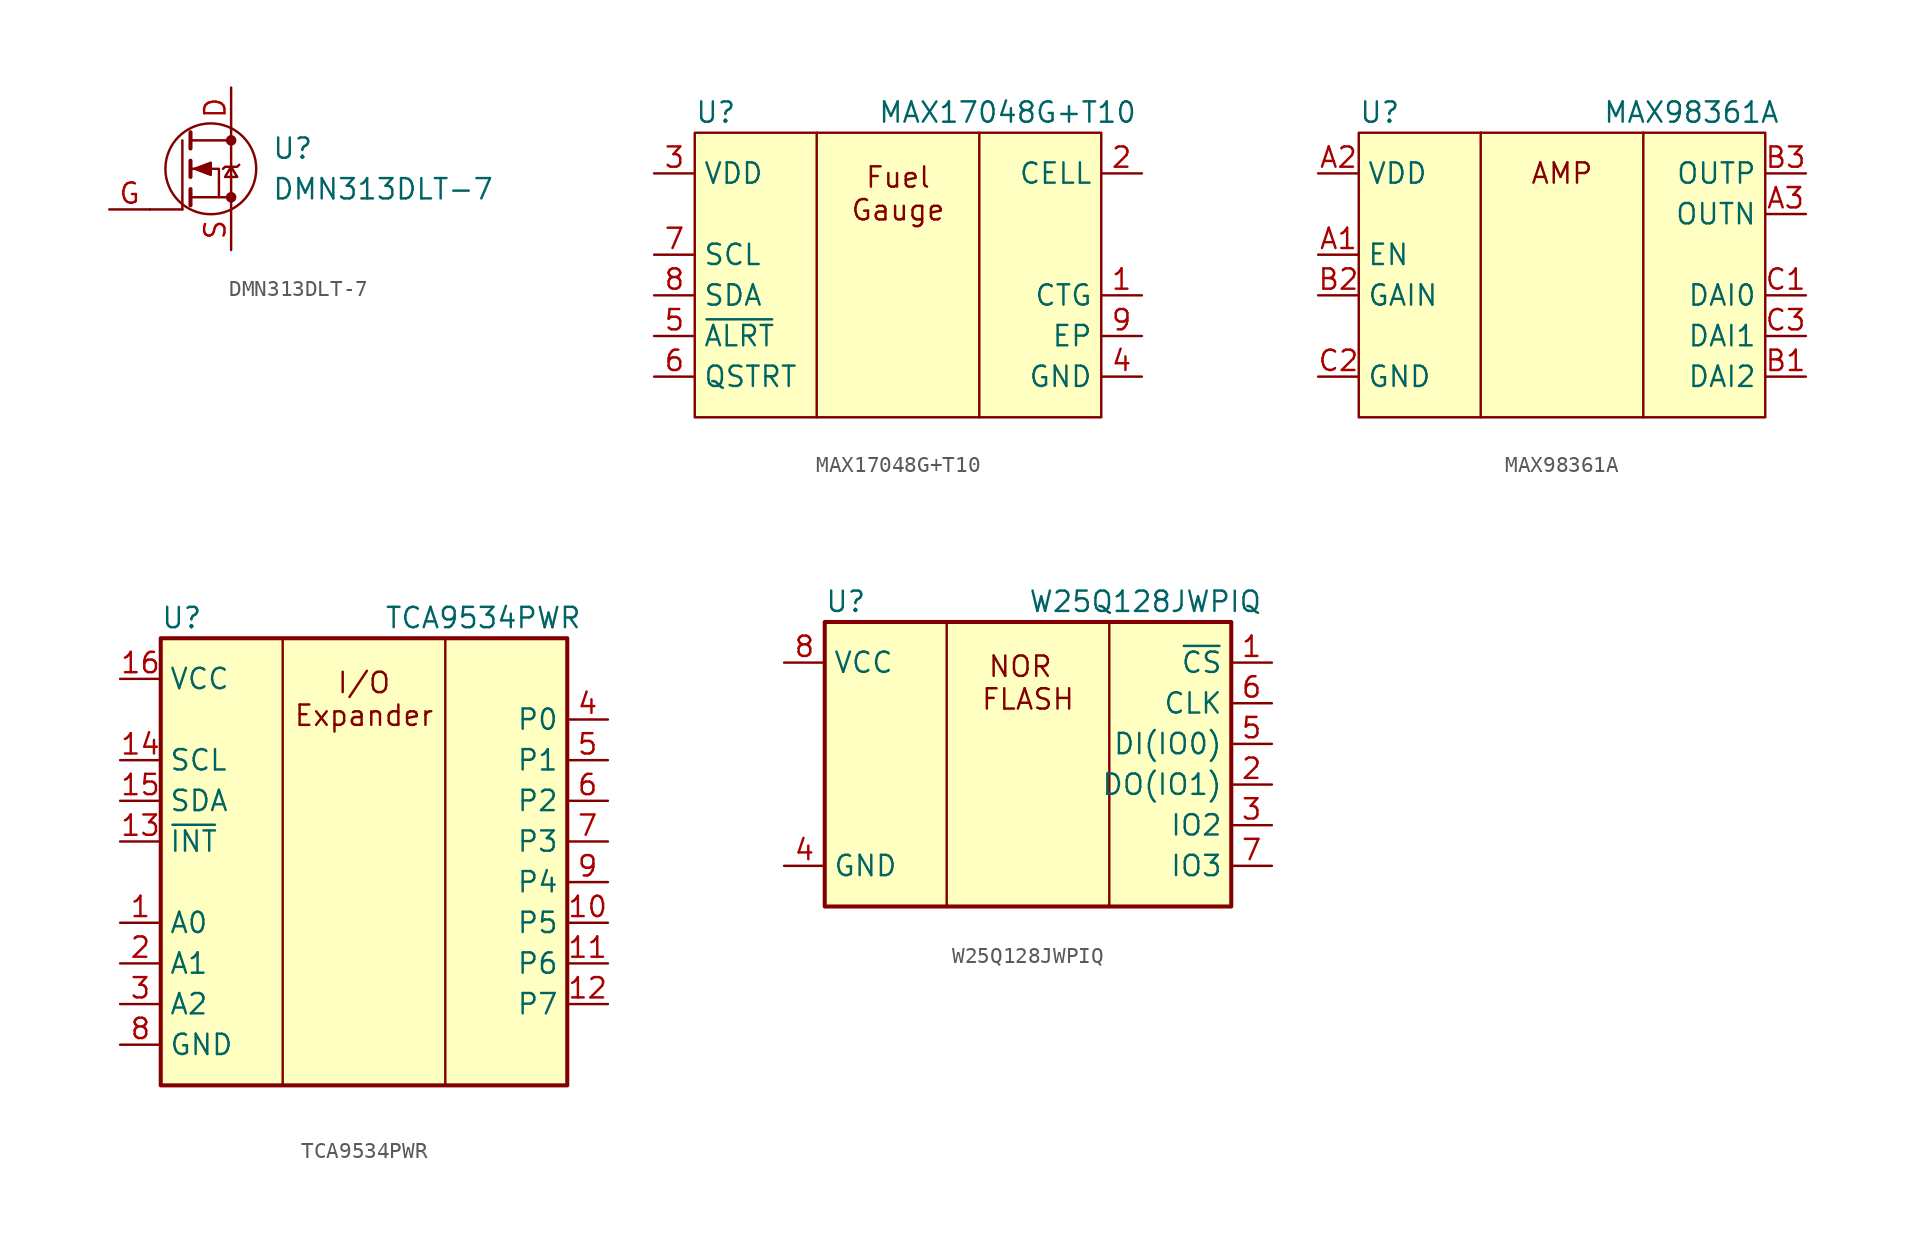
<source format=kicad_sym>
(kicad_symbol_lib
  (version 20231120)
  (generator "kicad_symbol_editor")
  (generator_version "8.0")
  (symbol "DMN313DLT-7"
    (property "Reference" "U"
      (at 3.81 1.27 0)
      (do_not_autoplace)
      (effects (font (size 1.27 1.27)) (justify left)))
    (property "Value" "DMN313DLT-7"
      (at 3.81 -1.27 0)
      (do_not_autoplace)
      (effects (font (size 1.27 1.27)) (justify left)))
    (symbol "DMN313DLT-7_0_1"
      (polyline (pts (xy -1.778 -2.54) (xy -3.81 -2.54)) (stroke (width 0) (type default)) (fill (type none)))
      (polyline (pts (xy -1.778 1.778) (xy -1.778 -2.54)) (stroke (width 0) (type default)) (fill (type none)))
      (polyline (pts (xy -1.27 -1.27) (xy -1.27 -2.286)) (stroke (width 0.254) (type default)) (fill (type none)))
      (polyline (pts (xy -1.27 0.508) (xy -1.27 -0.508)) (stroke (width 0.254) (type default)) (fill (type none)))
      (polyline (pts (xy -1.27 2.286) (xy -1.27 1.27)) (stroke (width 0.254) (type default)) (fill (type none)))
      (polyline (pts (xy 1.27 -1.778) (xy 1.27 -2.54)) (stroke (width 0) (type default)) (fill (type none)))
      (polyline (pts (xy 1.27 2.54) (xy 1.27 1.778)) (stroke (width 0) (type default)) (fill (type none)))
      (polyline (pts (xy 0.508 -1.778) (xy 0.508 0) (xy -1.27 0)) (stroke (width 0) (type default)) (fill (type none)))
      (polyline (pts (xy -1.27 1.778) (xy 1.27 1.778) (xy 1.27 -1.778) (xy -1.27 -1.778)) (stroke (width 0) (type default)) (fill (type none)))
      (polyline (pts (xy -1.016 0) (xy 0 -0.381) (xy 0 0.381) (xy -1.016 0)) (stroke (width 0) (type default)) (fill (type outline)))
      (polyline (pts (xy 1.27 0.127) (xy 1.651 -0.508) (xy 0.889 -0.508) (xy 1.27 0.127)) (stroke (width 0) (type default)) (fill (type none)))
      (polyline (pts (xy 1.778 0.254) (xy 1.651 0.127) (xy 0.889 0.127) (xy 0.762 0)) (stroke (width 0) (type default)) (fill (type none)))
      (circle (center 0 0) (radius 2.84) (stroke (width 0) (type default)) (fill (type none)))
      (circle (center 1.27 -1.778) (radius 0.254) (stroke (width 0) (type default)) (fill (type outline)))
      (circle (center 1.27 1.778) (radius 0.254) (stroke (width 0) (type default)) (fill (type outline))))
    (symbol "DMN313DLT-7_1_1"
      (pin unspecified line (at 1.27 5.08 270) (length 2.54) (name "" (effects (font (size 1.27 1.27)))) (number "D" (effects (font (size 1.27 1.27)))))
      (pin unspecified line (at -6.35 -2.54 0) (length 2.54) (name "" (effects (font (size 1.27 1.27)))) (number "G" (effects (font (size 1.27 1.27)))))
      (pin unspecified line (at 1.27 -5.08 90) (length 2.54) (name "" (effects (font (size 1.27 1.27)))) (number "S" (effects (font (size 1.27 1.27)))))))
  (symbol "MAX17048G+T10"
    (property "Reference" "U"
      (at 0 1.27 0)
      (do_not_autoplace)
      (effects (font (size 1.27 1.27)) (justify left)))
    (property "Value" "MAX17048G+T10"
      (at 11.43 1.27 0)
      (do_not_autoplace)
      (effects (font (size 1.27 1.27)) (justify left)))
    (symbol "MAX17048G+T10_1_1"
      (polyline (pts (xy 7.62 -17.78) (xy 7.62 0)) (stroke (width 0) (type default)) (fill (type none)))
      (polyline (pts (xy 17.78 0) (xy 17.78 -17.78)) (stroke (width 0) (type default)) (fill (type none)))
      (rectangle (start 0 0) (end 25.4 -17.78) (stroke (width 0) (type default)) (fill (type background)))
      (text "Fuel\nGauge" (at 12.7 -3.81 0) (effects (font (size 1.27 1.27))))
      (pin unspecified line (at 27.94 -10.16 180) (length 2.54) (name "CTG" (effects (font (size 1.27 1.27)))) (number "1" (effects (font (size 1.27 1.27)))))
      (pin unspecified line (at 27.94 -2.54 180) (length 2.54) (name "CELL" (effects (font (size 1.27 1.27)))) (number "2" (effects (font (size 1.27 1.27)))))
      (pin unspecified line (at -2.54 -2.54 0) (length 2.54) (name "VDD" (effects (font (size 1.27 1.27)))) (number "3" (effects (font (size 1.27 1.27)))))
      (pin unspecified line (at 27.94 -15.24 180) (length 2.54) (name "GND" (effects (font (size 1.27 1.27)))) (number "4" (effects (font (size 1.27 1.27)))))
      (pin unspecified line (at -2.54 -12.7 0) (length 2.54) (name "~{ALRT}" (effects (font (size 1.27 1.27)))) (number "5" (effects (font (size 1.27 1.27)))))
      (pin unspecified line (at -2.54 -15.24 0) (length 2.54) (name "QSTRT" (effects (font (size 1.27 1.27)))) (number "6" (effects (font (size 1.27 1.27)))))
      (pin unspecified line (at -2.54 -7.62 0) (length 2.54) (name "SCL" (effects (font (size 1.27 1.27)))) (number "7" (effects (font (size 1.27 1.27)))))
      (pin unspecified line (at -2.54 -10.16 0) (length 2.54) (name "SDA" (effects (font (size 1.27 1.27)))) (number "8" (effects (font (size 1.27 1.27)))))
      (pin unspecified line (at 27.94 -12.7 180) (length 2.54) (name "EP" (effects (font (size 1.27 1.27)))) (number "9" (effects (font (size 1.27 1.27)))))))
  (symbol "MAX98361A"
    (property "Reference" "U"
      (at 0 1.27 0)
      (do_not_autoplace)
      (effects (font (size 1.27 1.27)) (justify left)))
    (property "Value" "MAX98361A"
      (at 15.24 1.27 0)
      (do_not_autoplace)
      (effects (font (size 1.27 1.27)) (justify left)))
    (symbol "MAX98361A_1_1"
      (polyline (pts (xy 7.62 -17.78) (xy 7.62 0)) (stroke (width 0) (type default)) (fill (type none)))
      (polyline (pts (xy 7.62 0) (xy 7.62 0)) (stroke (width 0) (type default)) (fill (type none)))
      (polyline (pts (xy 17.78 0) (xy 17.78 -17.78)) (stroke (width 0) (type default)) (fill (type none)))
      (polyline (pts (xy 17.78 0) (xy 17.78 0)) (stroke (width 0) (type default)) (fill (type none)))
      (rectangle (start 0 0) (end 25.4 -17.78) (stroke (width 0) (type default)) (fill (type background)))
      (text "AMP" (at 12.7 -2.54 0) (effects (font (size 1.27 1.27))))
      (pin unspecified line (at -2.54 -7.62 0) (length 2.54) (name "EN" (effects (font (size 1.27 1.27)))) (number "A1" (effects (font (size 1.27 1.27)))))
      (pin unspecified line (at -2.54 -2.54 0) (length 2.54) (name "VDD" (effects (font (size 1.27 1.27)))) (number "A2" (effects (font (size 1.27 1.27)))))
      (pin unspecified line (at 27.94 -5.08 180) (length 2.54) (name "OUTN" (effects (font (size 1.27 1.27)))) (number "A3" (effects (font (size 1.27 1.27)))))
      (pin unspecified line (at 27.94 -15.24 180) (length 2.54) (name "DAI2" (effects (font (size 1.27 1.27)))) (number "B1" (effects (font (size 1.27 1.27)))))
      (pin unspecified line (at -2.54 -10.16 0) (length 2.54) (name "GAIN" (effects (font (size 1.27 1.27)))) (number "B2" (effects (font (size 1.27 1.27)))))
      (pin unspecified line (at 27.94 -2.54 180) (length 2.54) (name "OUTP" (effects (font (size 1.27 1.27)))) (number "B3" (effects (font (size 1.27 1.27)))))
      (pin unspecified line (at 27.94 -10.16 180) (length 2.54) (name "DAI0" (effects (font (size 1.27 1.27)))) (number "C1" (effects (font (size 1.27 1.27)))))
      (pin unspecified line (at -2.54 -15.24 0) (length 2.54) (name "GND" (effects (font (size 1.27 1.27)))) (number "C2" (effects (font (size 1.27 1.27)))))
      (pin unspecified line (at 27.94 -12.7 180) (length 2.54) (name "DAI1" (effects (font (size 1.27 1.27)))) (number "C3" (effects (font (size 1.27 1.27)))))))
  (symbol "TCA9534PWR"
    (property "Reference" "U"
      (at 0 1.27 0)
      (do_not_autoplace)
      (effects (font (size 1.27 1.27)) (justify left)))
    (property "Value" "TCA9534PWR"
      (at 13.97 1.27 0)
      (do_not_autoplace)
      (effects (font (size 1.27 1.27)) (justify left)))
    (symbol "TCA9534PWR_0_1"
      (rectangle (start 0 0) (end 25.4 -27.94) (stroke (width 0.254) (type default)) (fill (type background))))
    (symbol "TCA9534PWR_1_1"
      (polyline (pts (xy 7.62 -27.94) (xy 7.62 0)) (stroke (width 0) (type default)) (fill (type none)))
      (polyline (pts (xy 17.78 0) (xy 17.78 -27.94)) (stroke (width 0) (type default)) (fill (type none)))
      (text "I/O\nExpander" (at 12.7 -3.81 0) (effects (font (size 1.27 1.27))))
      (pin unspecified line (at -2.54 -17.78 0) (length 2.54) (name "A0" (effects (font (size 1.27 1.27)))) (number "1" (effects (font (size 1.27 1.27)))))
      (pin unspecified line (at 27.94 -17.78 180) (length 2.54) (name "P5" (effects (font (size 1.27 1.27)))) (number "10" (effects (font (size 1.27 1.27)))))
      (pin unspecified line (at 27.94 -20.32 180) (length 2.54) (name "P6" (effects (font (size 1.27 1.27)))) (number "11" (effects (font (size 1.27 1.27)))))
      (pin unspecified line (at 27.94 -22.86 180) (length 2.54) (name "P7" (effects (font (size 1.27 1.27)))) (number "12" (effects (font (size 1.27 1.27)))))
      (pin unspecified line (at -2.54 -12.7 0) (length 2.54) (name "~{INT}" (effects (font (size 1.27 1.27)))) (number "13" (effects (font (size 1.27 1.27)))))
      (pin unspecified line (at -2.54 -7.62 0) (length 2.54) (name "SCL" (effects (font (size 1.27 1.27)))) (number "14" (effects (font (size 1.27 1.27)))))
      (pin unspecified line (at -2.54 -10.16 0) (length 2.54) (name "SDA" (effects (font (size 1.27 1.27)))) (number "15" (effects (font (size 1.27 1.27)))))
      (pin unspecified line (at -2.54 -2.54 0) (length 2.54) (name "VCC" (effects (font (size 1.27 1.27)))) (number "16" (effects (font (size 1.27 1.27)))))
      (pin unspecified line (at -2.54 -20.32 0) (length 2.54) (name "A1" (effects (font (size 1.27 1.27)))) (number "2" (effects (font (size 1.27 1.27)))))
      (pin unspecified line (at -2.54 -22.86 0) (length 2.54) (name "A2" (effects (font (size 1.27 1.27)))) (number "3" (effects (font (size 1.27 1.27)))))
      (pin unspecified line (at 27.94 -5.08 180) (length 2.54) (name "P0" (effects (font (size 1.27 1.27)))) (number "4" (effects (font (size 1.27 1.27)))))
      (pin unspecified line (at 27.94 -7.62 180) (length 2.54) (name "P1" (effects (font (size 1.27 1.27)))) (number "5" (effects (font (size 1.27 1.27)))))
      (pin unspecified line (at 27.94 -10.16 180) (length 2.54) (name "P2" (effects (font (size 1.27 1.27)))) (number "6" (effects (font (size 1.27 1.27)))))
      (pin unspecified line (at 27.94 -12.7 180) (length 2.54) (name "P3" (effects (font (size 1.27 1.27)))) (number "7" (effects (font (size 1.27 1.27)))))
      (pin unspecified line (at -2.54 -25.4 0) (length 2.54) (name "GND" (effects (font (size 1.27 1.27)))) (number "8" (effects (font (size 1.27 1.27)))))
      (pin unspecified line (at 27.94 -15.24 180) (length 2.54) (name "P4" (effects (font (size 1.27 1.27)))) (number "9" (effects (font (size 1.27 1.27)))))))
  (symbol "W25Q128JWPIQ"
    (property "Reference" "U"
      (at 0 1.27 0)
      (do_not_autoplace)
      (effects (font (size 1.27 1.27)) (justify left)))
    (property "Value" "W25Q128JWPIQ"
      (at 12.7 1.27 0)
      (do_not_autoplace)
      (effects (font (size 1.27 1.27)) (justify left)))
    (symbol "W25Q128JWPIQ_0_1"
      (rectangle (start 0 0) (end 25.4 -17.78) (stroke (width 0.254) (type default)) (fill (type background))))
    (symbol "W25Q128JWPIQ_1_1"
      (polyline (pts (xy 7.62 -17.78) (xy 7.62 0)) (stroke (width 0) (type default)) (fill (type none)))
      (polyline (pts (xy 17.78 0) (xy 17.78 -17.78)) (stroke (width 0) (type default)) (fill (type none)))
      (text "NOR \nFLASH" (at 12.7 -3.81 0) (effects (font (size 1.27 1.27))))
      (pin unspecified line (at 27.94 -2.54 180) (length 2.54) (name "~{CS}" (effects (font (size 1.27 1.27)))) (number "1" (effects (font (size 1.27 1.27)))))
      (pin unspecified line (at 27.94 -10.16 180) (length 2.54) (name "DO(IO1)" (effects (font (size 1.27 1.27)))) (number "2" (effects (font (size 1.27 1.27)))))
      (pin unspecified line (at 27.94 -12.7 180) (length 2.54) (name "IO2" (effects (font (size 1.27 1.27)))) (number "3" (effects (font (size 1.27 1.27)))))
      (pin unspecified line (at -2.54 -15.24 0) (length 2.54) (name "GND" (effects (font (size 1.27 1.27)))) (number "4" (effects (font (size 1.27 1.27)))))
      (pin unspecified line (at 27.94 -7.62 180) (length 2.54) (name "DI(IO0)" (effects (font (size 1.27 1.27)))) (number "5" (effects (font (size 1.27 1.27)))))
      (pin unspecified line (at 27.94 -5.08 180) (length 2.54) (name "CLK" (effects (font (size 1.27 1.27)))) (number "6" (effects (font (size 1.27 1.27)))))
      (pin unspecified line (at 27.94 -15.24 180) (length 2.54) (name "IO3" (effects (font (size 1.27 1.27)))) (number "7" (effects (font (size 1.27 1.27)))))
      (pin unspecified line (at -2.54 -2.54 0) (length 2.54) (name "VCC" (effects (font (size 1.27 1.27)))) (number "8" (effects (font (size 1.27 1.27))))))))
</source>
